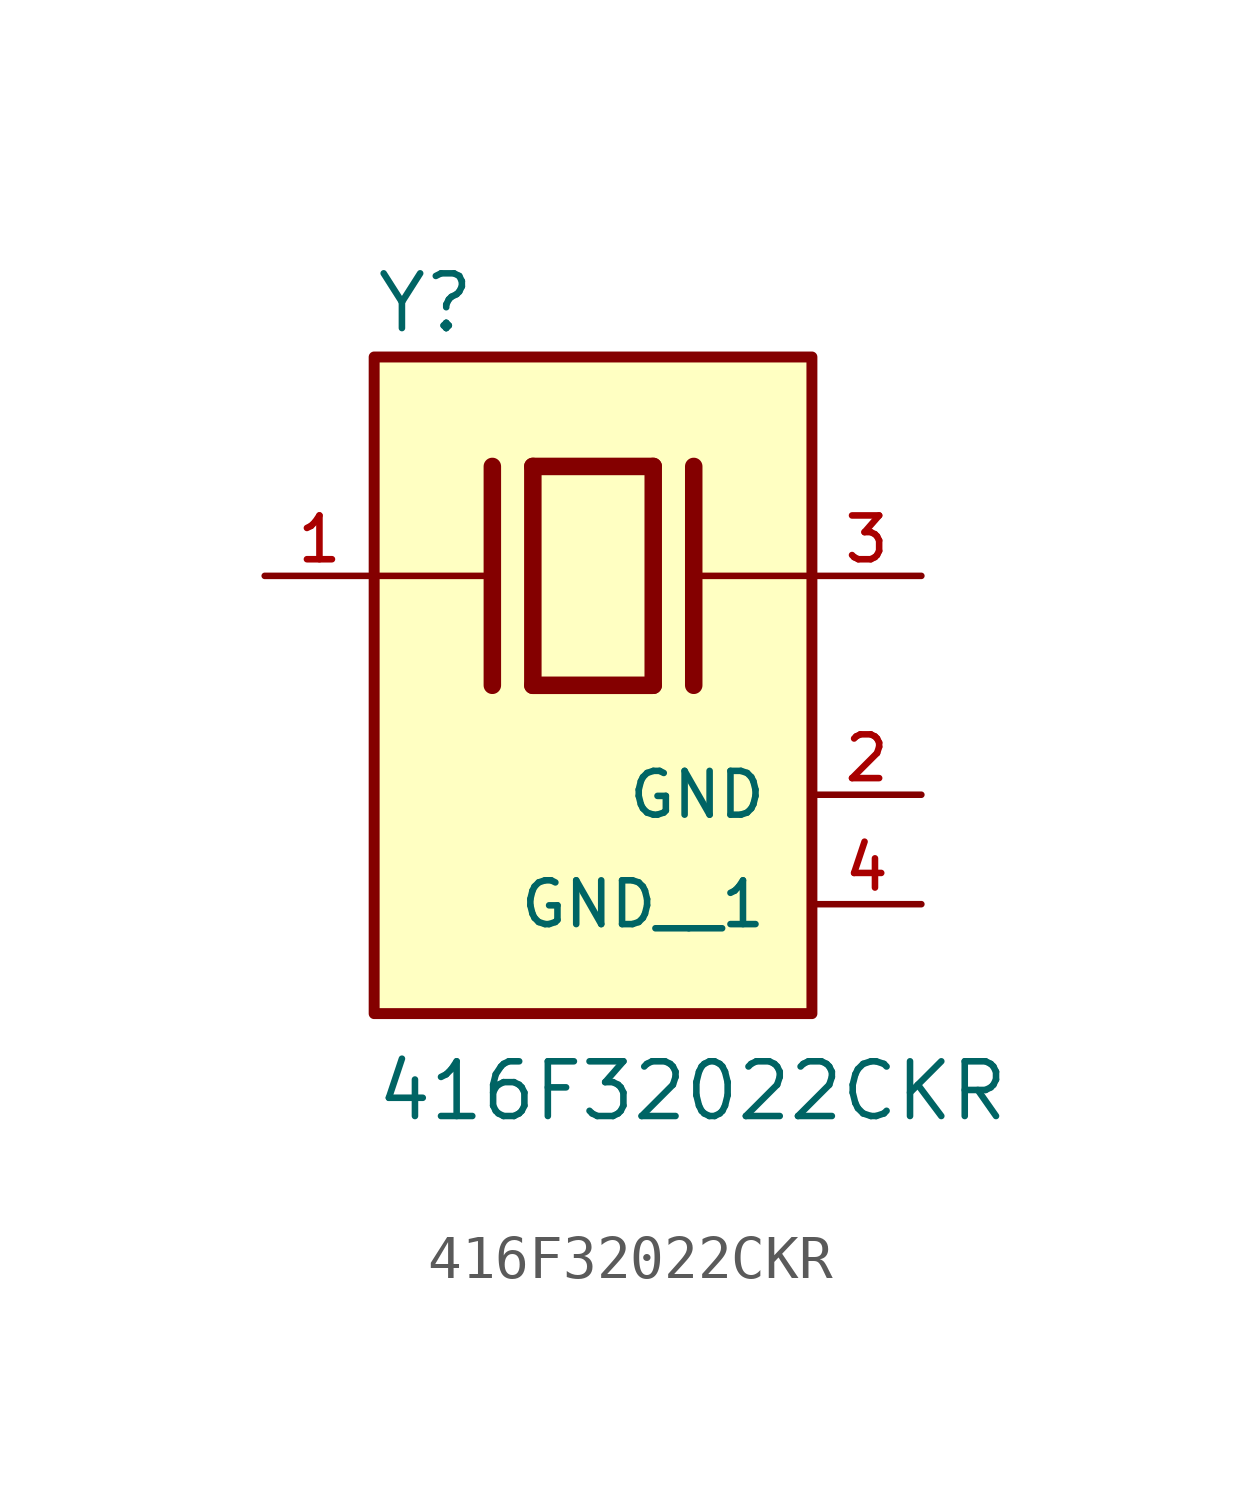
<source format=kicad_sym>
(kicad_symbol_lib
  (version 20211014)
  (generator kicad_symbol_editor)
  (symbol "416F32022CKR"
    (pin_names
      (offset 1.016))
    (property "Reference" "Y"
      (at -5.08 5.588 0)
      (effects (font (size 1.27 1.27)) (justify bottom left)))
    (property "Value" "416F32022CKR"
      (at -5.08 -12.7 0)
      (effects (font (size 1.27 1.27)) (justify bottom left)))
    (symbol "416F32022CKR_0_0"
      (polyline (pts (xy -1.397 2.54) (xy 1.397 2.54)) (stroke (width 0.406)))
      (polyline (pts (xy 1.397 2.54) (xy 1.397 -2.54)) (stroke (width 0.406)))
      (polyline (pts (xy 1.397 -2.54) (xy -1.397 -2.54)) (stroke (width 0.406)))
      (polyline (pts (xy -1.397 2.54) (xy -1.397 -2.54)) (stroke (width 0.406)))
      (polyline (pts (xy 2.337 2.54) (xy 2.337 -2.54)) (stroke (width 0.406)))
      (polyline (pts (xy -2.337 2.54) (xy -2.337 -2.54)) (stroke (width 0.406)))
      (polyline (pts (xy -5.08 0.0) (xy -2.54 0.0)) (stroke (width 0.152)))
      (polyline (pts (xy 2.54 0.0) (xy 5.08 0.0)) (stroke (width 0.152)))
      (rectangle (start -5.08 -10.16) (end 5.08 5.08) (stroke (width 0.254)) (fill (type background)))
      (pin passive line (at 7.62 0.0 180.0) (length 2.54) (name "~" (effects (font (size 1.016 1.016)))) (number "3" (effects (font (size 1.016 1.016)))))
      (pin passive line (at -7.62 0.0 0) (length 2.54) (name "~" (effects (font (size 1.016 1.016)))) (number "1" (effects (font (size 1.016 1.016)))))
      (pin power_in line (at 7.62 -5.08 180.0) (length 2.54) (name "GND" (effects (font (size 1.016 1.016)))) (number "2" (effects (font (size 1.016 1.016)))))
      (pin power_in line (at 7.62 -7.62 180.0) (length 2.54) (name "GND__1" (effects (font (size 1.016 1.016)))) (number "4" (effects (font (size 1.016 1.016))))))))
</source>
